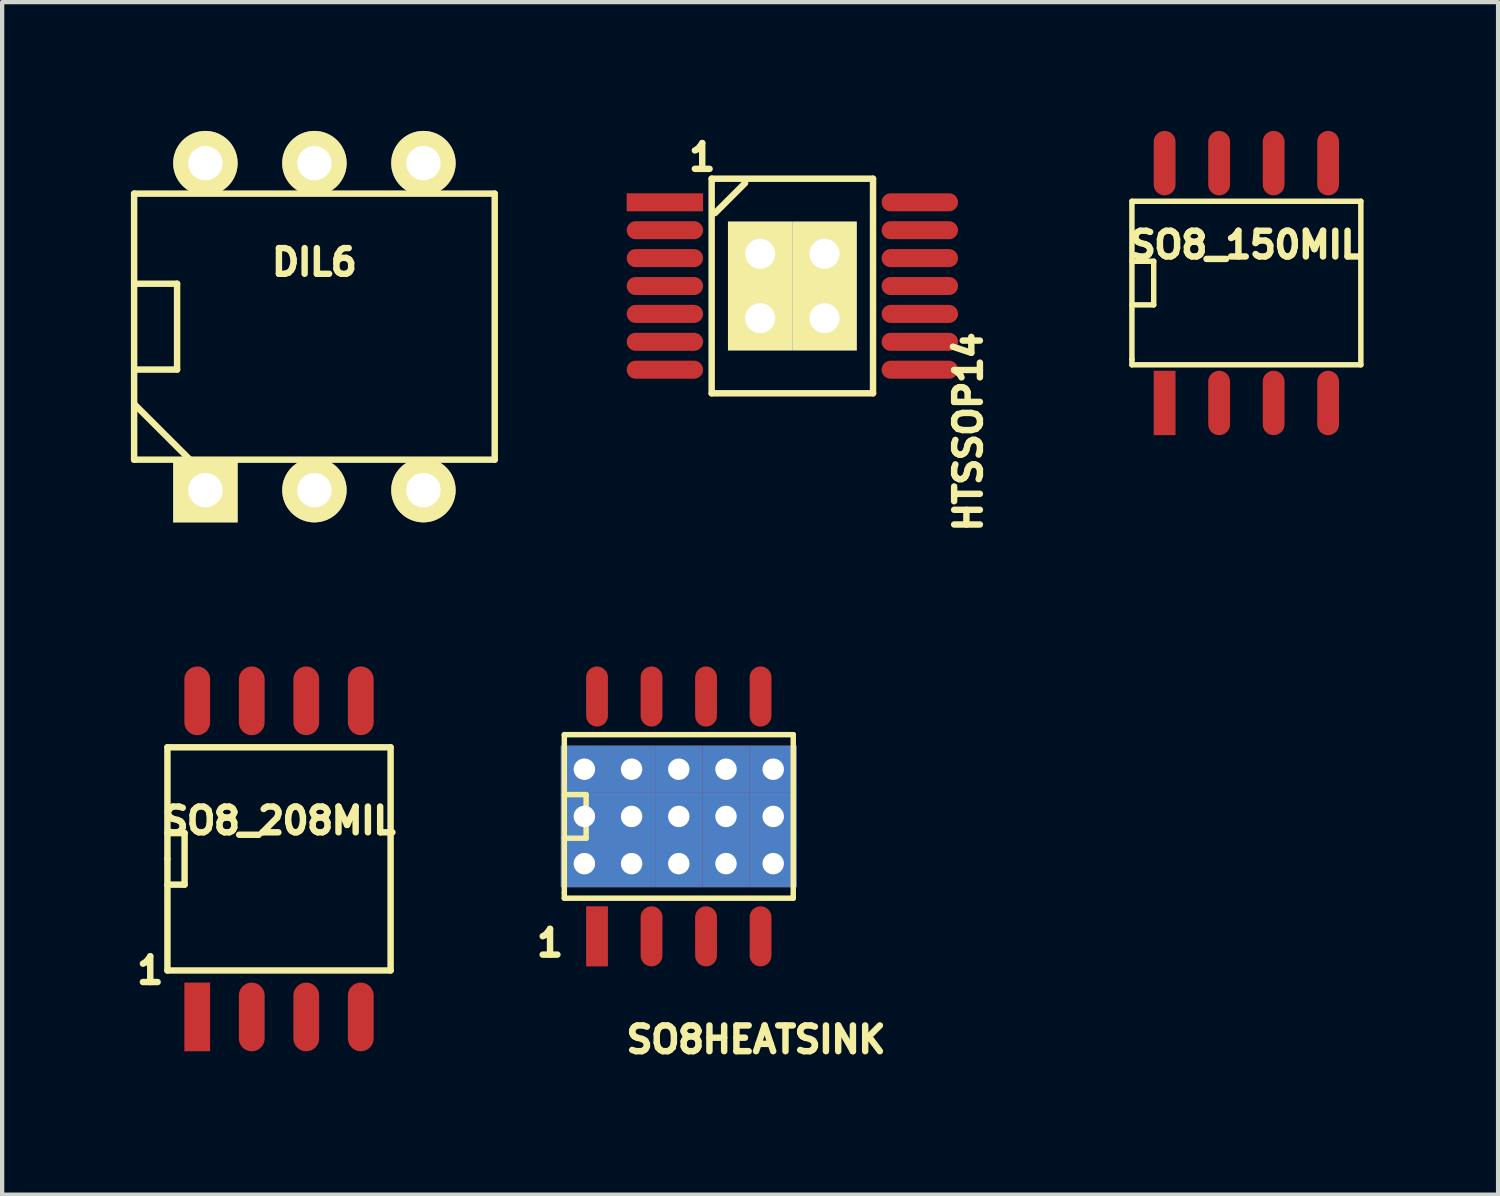
<source format=kicad_pcb>
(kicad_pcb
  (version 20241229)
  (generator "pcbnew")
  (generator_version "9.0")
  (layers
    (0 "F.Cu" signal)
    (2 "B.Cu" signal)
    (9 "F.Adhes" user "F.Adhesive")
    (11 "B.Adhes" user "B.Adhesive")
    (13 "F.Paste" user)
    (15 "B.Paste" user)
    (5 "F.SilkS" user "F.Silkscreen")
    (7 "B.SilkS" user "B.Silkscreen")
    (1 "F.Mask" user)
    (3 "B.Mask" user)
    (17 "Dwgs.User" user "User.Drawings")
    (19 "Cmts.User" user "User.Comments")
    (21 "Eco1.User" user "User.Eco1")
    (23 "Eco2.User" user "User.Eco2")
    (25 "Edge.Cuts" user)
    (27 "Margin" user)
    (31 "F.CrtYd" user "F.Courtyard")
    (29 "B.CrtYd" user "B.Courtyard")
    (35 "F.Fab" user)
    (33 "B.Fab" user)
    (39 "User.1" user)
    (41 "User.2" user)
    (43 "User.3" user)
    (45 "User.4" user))
  (footprint "SO8_150MIL"
    (layer "F.Cu")
    (at 25.991 3.545)
    (property "Reference" "SO8_150MIL" (at 0 -0.889 0) (layer "F.SilkS") (effects (font (size 0.6 0.6) (thickness 0.15))))
    (attr smd)
    (fp_line (start -2.667 -1.905) (end -2.667 1.778) (stroke (width 0.127) (type solid)) (layer "F.SilkS"))
    (fp_line (start -2.667 -0.508) (end -2.159 -0.508) (stroke (width 0.127) (type solid)) (layer "F.SilkS"))
    (fp_line (start -2.667 1.778) (end -2.667 1.905) (stroke (width 0.127) (type solid)) (layer "F.SilkS"))
    (fp_line (start -2.667 1.905) (end 2.667 1.905) (stroke (width 0.127) (type solid)) (layer "F.SilkS"))
    (fp_line (start -2.159 -0.508) (end -2.159 0.508) (stroke (width 0.127) (type solid)) (layer "F.SilkS"))
    (fp_line (start -2.159 0.508) (end -2.667 0.508) (stroke (width 0.127) (type solid)) (layer "F.SilkS"))
    (fp_line (start 2.667 -1.905) (end -2.667 -1.905) (stroke (width 0.127) (type solid)) (layer "F.SilkS"))
    (fp_line (start 2.667 -1.905) (end 2.667 1.905) (stroke (width 0.127) (type solid)) (layer "F.SilkS"))
    (pad "1" smd rect (at -1.905 2.794) (size 0.508 1.501) (layers "F.Cu" "F.Mask" "F.Paste"))
    (pad "2" smd oval (at -0.635 2.794) (size 0.508 1.501) (layers "F.Cu" "F.Mask" "F.Paste"))
    (pad "3" smd oval (at 0.635 2.794) (size 0.508 1.501) (layers "F.Cu" "F.Mask" "F.Paste"))
    (pad "4" smd oval (at 1.905 2.794) (size 0.508 1.501) (layers "F.Cu" "F.Mask" "F.Paste"))
    (pad "5" smd oval (at 1.905 -2.794) (size 0.508 1.501) (layers "F.Cu" "F.Mask" "F.Paste"))
    (pad "6" smd oval (at 0.635 -2.794) (size 0.508 1.501) (layers "F.Cu" "F.Mask" "F.Paste"))
    (pad "7" smd oval (at -0.635 -2.794) (size 0.508 1.501) (layers "F.Cu" "F.Mask" "F.Paste"))
    (pad "8" smd oval (at -1.905 -2.794) (size 0.508 1.501) (layers "F.Cu" "F.Mask" "F.Paste")))
  (footprint "SO8_208MIL"
    (layer "F.Cu")
    (at 3.451 16.962)
    (property "Reference" "SO8_208MIL" (at 0 -0.889 0) (layer "F.SilkS") (effects (font (size 0.6 0.6) (thickness 0.15))))
    (attr smd)
    (fp_line (start -2.6 -2.6) (end 2.6 -2.6) (stroke (width 0.15) (type solid)) (layer "F.SilkS"))
    (fp_line (start -2.6 0) (end -2.6 -2.6) (stroke (width 0.15) (type solid)) (layer "F.SilkS"))
    (fp_line (start -2.6 0.6) (end -2.2 0.6) (stroke (width 0.15) (type solid)) (layer "F.SilkS"))
    (fp_line (start -2.6 2.6) (end -2.6 0) (stroke (width 0.15) (type solid)) (layer "F.SilkS"))
    (fp_line (start -2.2 -0.6) (end -2.6 -0.6) (stroke (width 0.15) (type solid)) (layer "F.SilkS"))
    (fp_line (start -2.2 0.6) (end -2.2 -0.6) (stroke (width 0.15) (type solid)) (layer "F.SilkS"))
    (fp_line (start 2.6 -2.6) (end 2.6 2.6) (stroke (width 0.15) (type solid)) (layer "F.SilkS"))
    (fp_line (start 2.6 2.6) (end -2.6 2.6) (stroke (width 0.15) (type solid)) (layer "F.SilkS"))
    (fp_text user "1" (at -3 2.6 0) (layer "F.SilkS") (effects (font (size 0.6 0.6) (thickness 0.15))))
    (pad "1" smd rect (at -1.905 3.683) (size 0.6 1.6) (layers "F.Cu" "F.Mask" "F.Paste"))
    (pad "2" smd oval (at -0.635 3.683) (size 0.6 1.6) (layers "F.Cu" "F.Mask" "F.Paste"))
    (pad "3" smd oval (at 0.635 3.683) (size 0.6 1.6) (layers "F.Cu" "F.Mask" "F.Paste"))
    (pad "4" smd oval (at 1.905 3.683) (size 0.6 1.6) (layers "F.Cu" "F.Mask" "F.Paste"))
    (pad "5" smd oval (at 1.905 -3.683) (size 0.6 1.6) (layers "F.Cu" "F.Mask" "F.Paste"))
    (pad "6" smd oval (at 0.635 -3.683) (size 0.6 1.6) (layers "F.Cu" "F.Mask" "F.Paste"))
    (pad "7" smd oval (at -0.635 -3.683) (size 0.6 1.6) (layers "F.Cu" "F.Mask" "F.Paste"))
    (pad "8" smd oval (at -1.905 -3.683) (size 0.6 1.6) (layers "F.Cu" "F.Mask" "F.Paste")))
  (footprint "DIL6"
    (layer "F.Cu")
    (at 4.276 4.561)
    (property "Reference" "DIL6" (at 0 -1.501 0) (layer "F.SilkS") (effects (font (size 0.599 0.599) (thickness 0.15))))
    (attr through_hole)
    (fp_line (start -4.201 -3.099) (end 4.201 -3.099) (stroke (width 0.15) (type solid)) (layer "F.SilkS"))
    (fp_line (start -4.201 1.801) (end -2.901 3.099) (stroke (width 0.15) (type solid)) (layer "F.SilkS"))
    (fp_line (start -4.201 3.099) (end -4.201 -3.099) (stroke (width 0.15) (type solid)) (layer "F.SilkS"))
    (fp_line (start -4.2 -1) (end -3.2 -1) (stroke (width 0.15) (type solid)) (layer "F.SilkS"))
    (fp_line (start -3.2 -1) (end -3.2 1) (stroke (width 0.15) (type solid)) (layer "F.SilkS"))
    (fp_line (start -3.2 1) (end -4.2 1) (stroke (width 0.15) (type solid)) (layer "F.SilkS"))
    (fp_line (start 4.201 -3.099) (end 4.201 3.099) (stroke (width 0.15) (type solid)) (layer "F.SilkS"))
    (fp_line (start 4.201 3.099) (end -4.201 3.099) (stroke (width 0.15) (type solid)) (layer "F.SilkS"))
    (pad "1" thru_hole rect (at -2.54 3.81) (size 1.501 1.501) (drill 0.8) (layers "*.Cu" "*.Mask" "F.SilkS"))
    (pad "2" thru_hole circle (at 0 3.81) (size 1.501 1.501) (drill 0.8) (layers "*.Cu" "*.Mask" "F.SilkS"))
    (pad "3" thru_hole circle (at 2.54 3.81) (size 1.501 1.501) (drill 0.8) (layers "*.Cu" "*.Mask" "F.SilkS"))
    (pad "4" thru_hole circle (at 2.54 -3.81) (size 1.501 1.501) (drill 0.8) (layers "*.Cu" "*.Mask" "F.SilkS"))
    (pad "5" thru_hole circle (at 0 -3.81) (size 1.501 1.501) (drill 0.8) (layers "*.Cu" "*.Mask" "F.SilkS"))
    (pad "6" thru_hole circle (at -2.54 -3.81) (size 1.501 1.501) (drill 0.8) (layers "*.Cu" "*.Mask" "F.SilkS")))
  (footprint "HTSSOP14"
    (layer "F.Cu")
    (at 15.412 3.614)
    (property "Reference" "HTSSOP14" (at 4.1 3.4 270) (layer "F.SilkS") (effects (font (size 0.6 0.6) (thickness 0.15))))
    (attr smd)
    (fp_line (start -1.88 -2.5) (end 1.88 -2.5) (stroke (width 0.15) (type solid)) (layer "F.SilkS"))
    (fp_line (start -1.88 2.5) (end -1.88 -2.5) (stroke (width 0.15) (type solid)) (layer "F.SilkS"))
    (fp_line (start -1.8 -1.7) (end -1.1 -2.4) (stroke (width 0.15) (type solid)) (layer "F.SilkS"))
    (fp_line (start 1.88 -2.5) (end 1.88 2.5) (stroke (width 0.15) (type solid)) (layer "F.SilkS"))
    (fp_line (start 1.88 2.5) (end -1.88 2.5) (stroke (width 0.15) (type solid)) (layer "F.SilkS"))
    (fp_text user "1" (at -2.1 -3 0) (layer "F.SilkS") (effects (font (size 0.6 0.6) (thickness 0.15))))
    (pad "1" smd rect (at -2.97 -1.95) (size 1.78 0.42) (layers "F.Cu" "F.Mask"))
    (pad "2" smd oval (at -2.97 -1.3) (size 1.78 0.42) (layers "F.Cu" "F.Mask"))
    (pad "3" smd oval (at -2.97 -0.65) (size 1.78 0.42) (layers "F.Cu" "F.Mask"))
    (pad "4" smd oval (at -2.97 0) (size 1.78 0.42) (layers "F.Cu" "F.Mask"))
    (pad "5" smd oval (at -2.97 0.65) (size 1.78 0.42) (layers "F.Cu" "F.Mask"))
    (pad "6" smd oval (at -2.97 1.3) (size 1.78 0.42) (layers "F.Cu" "F.Mask"))
    (pad "7" smd oval (at -2.97 1.95) (size 1.78 0.42) (layers "F.Cu" "F.Mask"))
    (pad "8" smd oval (at 2.97 1.95) (size 1.78 0.42) (layers "F.Cu" "F.Mask"))
    (pad "9" smd oval (at 2.97 1.3) (size 1.78 0.42) (layers "F.Cu" "F.Mask"))
    (pad "10" smd oval (at 2.97 0.65) (size 1.78 0.42) (layers "F.Cu" "F.Mask"))
    (pad "11" smd oval (at 2.97 0) (size 1.78 0.42) (layers "F.Cu" "F.Mask"))
    (pad "12" smd oval (at 2.97 -0.65) (size 1.78 0.42) (layers "F.Cu" "F.Mask"))
    (pad "13" smd oval (at 2.97 -1.3) (size 1.78 0.42) (layers "F.Cu" "F.Mask"))
    (pad "14" smd oval (at 2.97 -1.95) (size 1.78 0.42) (layers "F.Cu" "F.Mask"))
    (pad "PAD" thru_hole rect (at -0.75 -0.75) (size 1.5 1.5) (drill 0.7) (layers "*.Cu" "F.Mask" "F.SilkS"))
    (pad "PAD" thru_hole rect (at -0.75 0.75) (size 1.5 1.5) (drill 0.7) (layers "*.Cu" "F.Mask" "F.SilkS"))
    (pad "PAD" thru_hole rect (at 0.75 -0.75) (size 1.5 1.5) (drill 0.7) (layers "*.Cu" "F.Mask" "F.SilkS"))
    (pad "PAD" thru_hole rect (at 0.75 0.75) (size 1.5 1.5) (drill 0.7) (layers "*.Cu" "F.Mask" "F.SilkS")))
  (footprint "SO8HEATSINK"
    (layer "F.Cu")
    (at 12.766 15.973)
    (property "Reference" "SO8HEATSINK" (at 1.8 5.2 0) (layer "F.SilkS") (effects (font (size 0.6 0.6) (thickness 0.15))))
    (attr smd)
    (fp_line (start -2.667 -1.905) (end -2.667 1.778) (stroke (width 0.127) (type solid)) (layer "F.SilkS"))
    (fp_line (start -2.667 -0.508) (end -2.159 -0.508) (stroke (width 0.127) (type solid)) (layer "F.SilkS"))
    (fp_line (start -2.667 1.778) (end -2.667 1.905) (stroke (width 0.127) (type solid)) (layer "F.SilkS"))
    (fp_line (start -2.667 1.905) (end 2.667 1.905) (stroke (width 0.127) (type solid)) (layer "F.SilkS"))
    (fp_line (start -2.159 -0.508) (end -2.159 0.508) (stroke (width 0.127) (type solid)) (layer "F.SilkS"))
    (fp_line (start -2.159 0.508) (end -2.667 0.508) (stroke (width 0.127) (type solid)) (layer "F.SilkS"))
    (fp_line (start 2.667 -1.905) (end -2.667 -1.905) (stroke (width 0.127) (type solid)) (layer "F.SilkS"))
    (fp_line (start 2.667 -1.905) (end 2.667 1.905) (stroke (width 0.127) (type solid)) (layer "F.SilkS"))
    (fp_text user "1" (at -3 2.95 0) (layer "F.SilkS") (effects (font (size 0.6 0.6) (thickness 0.15))))
    (pad "1" smd rect (at -1.905 2.794) (size 0.508 1.4) (layers "F.Cu" "F.Mask" "F.Paste"))
    (pad "2" smd oval (at -0.635 2.794) (size 0.508 1.4) (layers "F.Cu" "F.Mask" "F.Paste"))
    (pad "3" smd oval (at 0.635 2.794) (size 0.508 1.4) (layers "F.Cu" "F.Mask" "F.Paste"))
    (pad "4" smd oval (at 1.905 2.794) (size 0.508 1.4) (layers "F.Cu" "F.Mask" "F.Paste"))
    (pad "5" smd oval (at 1.905 -2.794) (size 0.508 1.4) (layers "F.Cu" "F.Mask" "F.Paste"))
    (pad "6" smd oval (at 0.635 -2.794) (size 0.508 1.4) (layers "F.Cu" "F.Mask" "F.Paste"))
    (pad "7" smd oval (at -0.635 -2.794) (size 0.508 1.4) (layers "F.Cu" "F.Mask" "F.Paste"))
    (pad "8" smd oval (at -1.905 -2.794) (size 0.508 1.4) (layers "F.Cu" "F.Mask" "F.Paste"))
    (pad "PAD" thru_hole rect (at -2.2 -1.1) (size 1.1 1.1) (drill 0.5) (layers "*.Cu" "F.Mask" "F.Paste"))
    (pad "PAD" thru_hole rect (at -2.2 0) (size 1.1 1.1) (drill 0.5) (layers "*.Cu" "F.Mask" "F.Paste"))
    (pad "PAD" thru_hole rect (at -2.2 1.1) (size 1.1 1.1) (drill 0.5) (layers "*.Cu" "F.Mask" "F.Paste"))
    (pad "PAD" thru_hole rect (at -1.1 -1.1) (size 1.1 1.1) (drill 0.5) (layers "*.Cu" "F.Mask" "F.Paste"))
    (pad "PAD" thru_hole rect (at -1.1 0) (size 1.1 1.1) (drill 0.5) (layers "*.Cu" "F.Mask" "F.Paste"))
    (pad "PAD" thru_hole rect (at -1.1 1.1) (size 1.1 1.1) (drill 0.5) (layers "*.Cu" "F.Mask" "F.Paste"))
    (pad "PAD" thru_hole rect (at 0 -1.1) (size 1.1 1.1) (drill 0.5) (layers "*.Cu" "F.Mask" "F.Paste"))
    (pad "PAD" thru_hole rect (at 0 0) (size 1.1 1.1) (drill 0.5) (layers "*.Cu" "F.Mask" "F.Paste"))
    (pad "PAD" thru_hole rect (at 0 1.1) (size 1.1 1.1) (drill 0.5) (layers "*.Cu" "F.Mask" "F.Paste"))
    (pad "PAD" thru_hole rect (at 1.1 -1.1) (size 1.1 1.1) (drill 0.5) (layers "*.Cu" "F.Mask" "F.Paste"))
    (pad "PAD" thru_hole rect (at 1.1 0) (size 1.1 1.1) (drill 0.5) (layers "*.Cu" "F.Mask" "F.Paste"))
    (pad "PAD" thru_hole rect (at 1.1 1.1) (size 1.1 1.1) (drill 0.5) (layers "*.Cu" "F.Mask" "F.Paste"))
    (pad "PAD" thru_hole rect (at 2.2 -1.1) (size 1.1 1.1) (drill 0.5) (layers "*.Cu" "F.Mask" "F.Paste"))
    (pad "PAD" thru_hole rect (at 2.2 0) (size 1.1 1.1) (drill 0.5) (layers "*.Cu" "F.Mask" "F.Paste"))
    (pad "PAD" thru_hole rect (at 2.2 1.1) (size 1.1 1.1) (drill 0.5) (layers "*.Cu" "F.Mask" "F.Paste")))
  (gr_rect
    (start -3 -3)
    (end 31.856 24.787)
    (stroke (width 0.1) (type default))
    (fill no)
    (layer "Edge.Cuts")))
</source>
